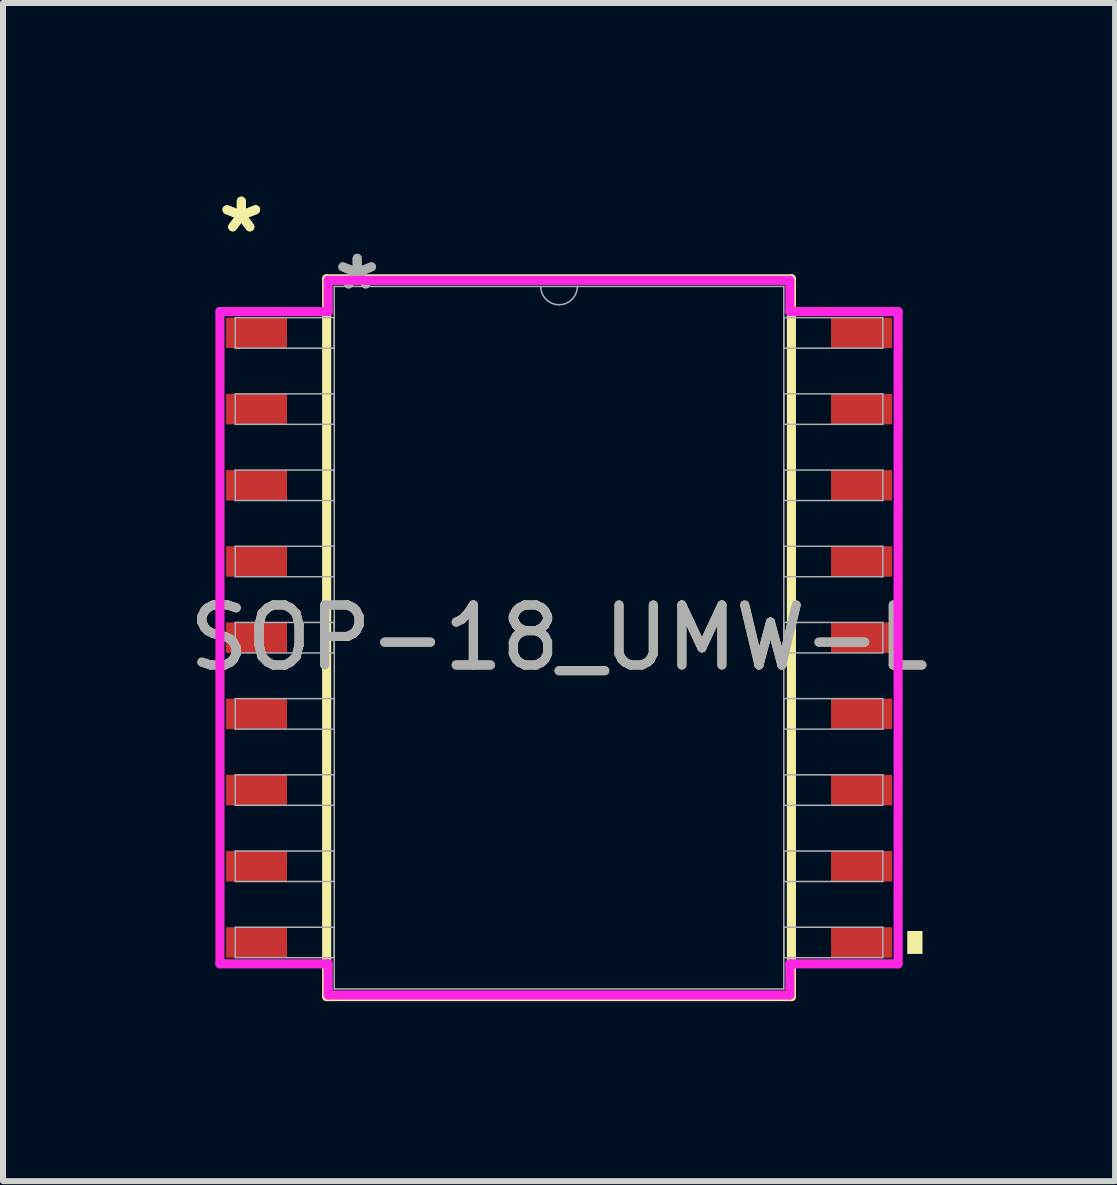
<source format=kicad_pcb>
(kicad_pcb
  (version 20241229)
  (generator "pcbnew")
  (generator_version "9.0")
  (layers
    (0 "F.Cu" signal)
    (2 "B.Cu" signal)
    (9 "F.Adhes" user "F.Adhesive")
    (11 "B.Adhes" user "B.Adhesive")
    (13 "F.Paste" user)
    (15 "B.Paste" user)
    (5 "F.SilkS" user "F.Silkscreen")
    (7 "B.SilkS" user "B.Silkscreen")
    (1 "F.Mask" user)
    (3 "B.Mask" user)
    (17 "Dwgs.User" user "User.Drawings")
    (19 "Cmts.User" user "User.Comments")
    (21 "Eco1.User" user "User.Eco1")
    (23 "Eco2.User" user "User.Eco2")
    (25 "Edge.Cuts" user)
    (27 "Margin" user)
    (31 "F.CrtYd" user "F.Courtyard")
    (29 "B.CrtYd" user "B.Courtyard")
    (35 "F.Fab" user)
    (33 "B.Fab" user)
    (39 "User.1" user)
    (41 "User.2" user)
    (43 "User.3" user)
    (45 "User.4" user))
  (footprint "SOP-18_UMW-L"
    (layer "F.Cu")
    (at 6.268 7.579)
    (property "Reference" "SOP-18_UMW-L" (at 0 0 0) (unlocked yes) (layer "F.SilkS") (effects (font (size 1 1) (thickness 0.15))))
    (attr smd)
    (fp_line (start -3.873 -5.982) (end -3.873 5.982) (stroke (width 0.152) (type solid)) (layer "F.SilkS"))
    (fp_line (start -3.873 5.982) (end 3.873 5.982) (stroke (width 0.152) (type solid)) (layer "F.SilkS"))
    (fp_line (start 3.873 -5.982) (end -3.873 -5.982) (stroke (width 0.152) (type solid)) (layer "F.SilkS"))
    (fp_line (start 3.873 5.982) (end 3.873 -5.982) (stroke (width 0.152) (type solid)) (layer "F.SilkS"))
    (fp_poly (pts (xy 6.058 4.889) (xy 6.058 5.271) (xy 5.804 5.271) (xy 5.804 4.889)) (stroke (width 0) (type solid)) (fill yes) (layer "F.SilkS"))
    (fp_line (start -5.652 -5.436) (end -3.848 -5.436) (stroke (width 0.152) (type solid)) (layer "F.CrtYd"))
    (fp_line (start -5.652 5.436) (end -5.652 -5.436) (stroke (width 0.152) (type solid)) (layer "F.CrtYd"))
    (fp_line (start -5.652 5.436) (end -3.848 5.436) (stroke (width 0.152) (type solid)) (layer "F.CrtYd"))
    (fp_line (start -3.848 -5.956) (end 3.848 -5.956) (stroke (width 0.152) (type solid)) (layer "F.CrtYd"))
    (fp_line (start -3.848 -5.436) (end -3.848 -5.956) (stroke (width 0.152) (type solid)) (layer "F.CrtYd"))
    (fp_line (start -3.848 5.956) (end -3.848 5.436) (stroke (width 0.152) (type solid)) (layer "F.CrtYd"))
    (fp_line (start 3.848 -5.956) (end 3.848 -5.436) (stroke (width 0.152) (type solid)) (layer "F.CrtYd"))
    (fp_line (start 3.848 5.436) (end 3.848 5.956) (stroke (width 0.152) (type solid)) (layer "F.CrtYd"))
    (fp_line (start 3.848 5.956) (end -3.848 5.956) (stroke (width 0.152) (type solid)) (layer "F.CrtYd"))
    (fp_line (start 5.652 -5.436) (end 3.848 -5.436) (stroke (width 0.152) (type solid)) (layer "F.CrtYd"))
    (fp_line (start 5.652 -5.436) (end 5.652 5.436) (stroke (width 0.152) (type solid)) (layer "F.CrtYd"))
    (fp_line (start 5.652 5.436) (end 3.848 5.436) (stroke (width 0.152) (type solid)) (layer "F.CrtYd"))
    (fp_line (start -5.397 -5.334) (end -5.397 -4.826) (stroke (width 0.025) (type solid)) (layer "F.Fab"))
    (fp_line (start -5.397 -4.826) (end -3.747 -4.826) (stroke (width 0.025) (type solid)) (layer "F.Fab"))
    (fp_line (start -5.397 -4.064) (end -5.397 -3.556) (stroke (width 0.025) (type solid)) (layer "F.Fab"))
    (fp_line (start -5.397 -3.556) (end -3.747 -3.556) (stroke (width 0.025) (type solid)) (layer "F.Fab"))
    (fp_line (start -5.397 -2.794) (end -5.397 -2.286) (stroke (width 0.025) (type solid)) (layer "F.Fab"))
    (fp_line (start -5.397 -2.286) (end -3.747 -2.286) (stroke (width 0.025) (type solid)) (layer "F.Fab"))
    (fp_line (start -5.397 -1.524) (end -5.397 -1.016) (stroke (width 0.025) (type solid)) (layer "F.Fab"))
    (fp_line (start -5.397 -1.016) (end -3.747 -1.016) (stroke (width 0.025) (type solid)) (layer "F.Fab"))
    (fp_line (start -5.397 -0.254) (end -5.397 0.254) (stroke (width 0.025) (type solid)) (layer "F.Fab"))
    (fp_line (start -5.397 0.254) (end -3.747 0.254) (stroke (width 0.025) (type solid)) (layer "F.Fab"))
    (fp_line (start -5.397 1.016) (end -5.397 1.524) (stroke (width 0.025) (type solid)) (layer "F.Fab"))
    (fp_line (start -5.397 1.524) (end -3.747 1.524) (stroke (width 0.025) (type solid)) (layer "F.Fab"))
    (fp_line (start -5.397 2.286) (end -5.397 2.794) (stroke (width 0.025) (type solid)) (layer "F.Fab"))
    (fp_line (start -5.397 2.794) (end -3.747 2.794) (stroke (width 0.025) (type solid)) (layer "F.Fab"))
    (fp_line (start -5.397 3.556) (end -5.397 4.064) (stroke (width 0.025) (type solid)) (layer "F.Fab"))
    (fp_line (start -5.397 4.064) (end -3.747 4.064) (stroke (width 0.025) (type solid)) (layer "F.Fab"))
    (fp_line (start -5.397 4.826) (end -5.397 5.334) (stroke (width 0.025) (type solid)) (layer "F.Fab"))
    (fp_line (start -5.397 5.334) (end -3.747 5.334) (stroke (width 0.025) (type solid)) (layer "F.Fab"))
    (fp_line (start -3.747 -5.855) (end -3.747 5.855) (stroke (width 0.025) (type solid)) (layer "F.Fab"))
    (fp_line (start -3.747 -5.334) (end -5.397 -5.334) (stroke (width 0.025) (type solid)) (layer "F.Fab"))
    (fp_line (start -3.747 -4.826) (end -3.747 -5.334) (stroke (width 0.025) (type solid)) (layer "F.Fab"))
    (fp_line (start -3.747 -4.064) (end -5.397 -4.064) (stroke (width 0.025) (type solid)) (layer "F.Fab"))
    (fp_line (start -3.747 -3.556) (end -3.747 -4.064) (stroke (width 0.025) (type solid)) (layer "F.Fab"))
    (fp_line (start -3.747 -2.794) (end -5.397 -2.794) (stroke (width 0.025) (type solid)) (layer "F.Fab"))
    (fp_line (start -3.747 -2.286) (end -3.747 -2.794) (stroke (width 0.025) (type solid)) (layer "F.Fab"))
    (fp_line (start -3.747 -1.524) (end -5.397 -1.524) (stroke (width 0.025) (type solid)) (layer "F.Fab"))
    (fp_line (start -3.747 -1.016) (end -3.747 -1.524) (stroke (width 0.025) (type solid)) (layer "F.Fab"))
    (fp_line (start -3.747 -0.254) (end -5.397 -0.254) (stroke (width 0.025) (type solid)) (layer "F.Fab"))
    (fp_line (start -3.747 0.254) (end -3.747 -0.254) (stroke (width 0.025) (type solid)) (layer "F.Fab"))
    (fp_line (start -3.747 1.016) (end -5.397 1.016) (stroke (width 0.025) (type solid)) (layer "F.Fab"))
    (fp_line (start -3.747 1.524) (end -3.747 1.016) (stroke (width 0.025) (type solid)) (layer "F.Fab"))
    (fp_line (start -3.747 2.286) (end -5.397 2.286) (stroke (width 0.025) (type solid)) (layer "F.Fab"))
    (fp_line (start -3.747 2.794) (end -3.747 2.286) (stroke (width 0.025) (type solid)) (layer "F.Fab"))
    (fp_line (start -3.747 3.556) (end -5.397 3.556) (stroke (width 0.025) (type solid)) (layer "F.Fab"))
    (fp_line (start -3.747 4.064) (end -3.747 3.556) (stroke (width 0.025) (type solid)) (layer "F.Fab"))
    (fp_line (start -3.747 4.826) (end -5.397 4.826) (stroke (width 0.025) (type solid)) (layer "F.Fab"))
    (fp_line (start -3.747 5.334) (end -3.747 4.826) (stroke (width 0.025) (type solid)) (layer "F.Fab"))
    (fp_line (start -3.747 5.855) (end 3.747 5.855) (stroke (width 0.025) (type solid)) (layer "F.Fab"))
    (fp_line (start 3.747 -5.855) (end -3.747 -5.855) (stroke (width 0.025) (type solid)) (layer "F.Fab"))
    (fp_line (start 3.747 -5.334) (end 3.747 -4.826) (stroke (width 0.025) (type solid)) (layer "F.Fab"))
    (fp_line (start 3.747 -4.826) (end 5.397 -4.826) (stroke (width 0.025) (type solid)) (layer "F.Fab"))
    (fp_line (start 3.747 -4.064) (end 3.747 -3.556) (stroke (width 0.025) (type solid)) (layer "F.Fab"))
    (fp_line (start 3.747 -3.556) (end 5.397 -3.556) (stroke (width 0.025) (type solid)) (layer "F.Fab"))
    (fp_line (start 3.747 -2.794) (end 3.747 -2.286) (stroke (width 0.025) (type solid)) (layer "F.Fab"))
    (fp_line (start 3.747 -2.286) (end 5.397 -2.286) (stroke (width 0.025) (type solid)) (layer "F.Fab"))
    (fp_line (start 3.747 -1.524) (end 3.747 -1.016) (stroke (width 0.025) (type solid)) (layer "F.Fab"))
    (fp_line (start 3.747 -1.016) (end 5.397 -1.016) (stroke (width 0.025) (type solid)) (layer "F.Fab"))
    (fp_line (start 3.747 -0.254) (end 3.747 0.254) (stroke (width 0.025) (type solid)) (layer "F.Fab"))
    (fp_line (start 3.747 0.254) (end 5.397 0.254) (stroke (width 0.025) (type solid)) (layer "F.Fab"))
    (fp_line (start 3.747 1.016) (end 3.747 1.524) (stroke (width 0.025) (type solid)) (layer "F.Fab"))
    (fp_line (start 3.747 1.524) (end 5.397 1.524) (stroke (width 0.025) (type solid)) (layer "F.Fab"))
    (fp_line (start 3.747 2.286) (end 3.747 2.794) (stroke (width 0.025) (type solid)) (layer "F.Fab"))
    (fp_line (start 3.747 2.794) (end 5.397 2.794) (stroke (width 0.025) (type solid)) (layer "F.Fab"))
    (fp_line (start 3.747 3.556) (end 3.747 4.064) (stroke (width 0.025) (type solid)) (layer "F.Fab"))
    (fp_line (start 3.747 4.064) (end 5.397 4.064) (stroke (width 0.025) (type solid)) (layer "F.Fab"))
    (fp_line (start 3.747 4.826) (end 3.747 5.334) (stroke (width 0.025) (type solid)) (layer "F.Fab"))
    (fp_line (start 3.747 5.334) (end 5.397 5.334) (stroke (width 0.025) (type solid)) (layer "F.Fab"))
    (fp_line (start 3.747 5.855) (end 3.747 -5.855) (stroke (width 0.025) (type solid)) (layer "F.Fab"))
    (fp_line (start 5.397 -5.334) (end 3.747 -5.334) (stroke (width 0.025) (type solid)) (layer "F.Fab"))
    (fp_line (start 5.397 -4.826) (end 5.397 -5.334) (stroke (width 0.025) (type solid)) (layer "F.Fab"))
    (fp_line (start 5.397 -4.064) (end 3.747 -4.064) (stroke (width 0.025) (type solid)) (layer "F.Fab"))
    (fp_line (start 5.397 -3.556) (end 5.397 -4.064) (stroke (width 0.025) (type solid)) (layer "F.Fab"))
    (fp_line (start 5.397 -2.794) (end 3.747 -2.794) (stroke (width 0.025) (type solid)) (layer "F.Fab"))
    (fp_line (start 5.397 -2.286) (end 5.397 -2.794) (stroke (width 0.025) (type solid)) (layer "F.Fab"))
    (fp_line (start 5.397 -1.524) (end 3.747 -1.524) (stroke (width 0.025) (type solid)) (layer "F.Fab"))
    (fp_line (start 5.397 -1.016) (end 5.397 -1.524) (stroke (width 0.025) (type solid)) (layer "F.Fab"))
    (fp_line (start 5.397 -0.254) (end 3.747 -0.254) (stroke (width 0.025) (type solid)) (layer "F.Fab"))
    (fp_line (start 5.397 0.254) (end 5.397 -0.254) (stroke (width 0.025) (type solid)) (layer "F.Fab"))
    (fp_line (start 5.397 1.016) (end 3.747 1.016) (stroke (width 0.025) (type solid)) (layer "F.Fab"))
    (fp_line (start 5.397 1.524) (end 5.397 1.016) (stroke (width 0.025) (type solid)) (layer "F.Fab"))
    (fp_line (start 5.397 2.286) (end 3.747 2.286) (stroke (width 0.025) (type solid)) (layer "F.Fab"))
    (fp_line (start 5.397 2.794) (end 5.397 2.286) (stroke (width 0.025) (type solid)) (layer "F.Fab"))
    (fp_line (start 5.397 3.556) (end 3.747 3.556) (stroke (width 0.025) (type solid)) (layer "F.Fab"))
    (fp_line (start 5.397 4.064) (end 5.397 3.556) (stroke (width 0.025) (type solid)) (layer "F.Fab"))
    (fp_line (start 5.397 4.826) (end 3.747 4.826) (stroke (width 0.025) (type solid)) (layer "F.Fab"))
    (fp_line (start 5.397 5.334) (end 5.397 4.826) (stroke (width 0.025) (type solid)) (layer "F.Fab"))
    (fp_arc (start 0.3048 -5.8547) (mid 0 -5.5499) (end -0.3048 -5.8547) (stroke (width 0.0254) (type solid)) (layer "F.Fab"))
    (fp_text user "*" (at -5.296 -6.731 0) (layer "F.SilkS") (effects (font (size 1 1) (thickness 0.15))))
    (fp_text user "*" (at -5.296 -6.731 0) (unlocked yes) (layer "F.SilkS") (effects (font (size 1 1) (thickness 0.15))))
    (fp_text user "*" (at -3.365 -5.779 0) (unlocked yes) (layer "F.Fab") (effects (font (size 1 1) (thickness 0.15))))
    (fp_text user "*" (at -3.365 -5.779 0) (layer "F.Fab") (effects (font (size 1 1) (thickness 0.15))))
    (fp_text user "${REFERENCE}" (at 0 0 0) (unlocked yes) (layer "F.Fab") (effects (font (size 1 1) (thickness 0.15))))
    (pad "1" smd rect (at -5.042 -5.08) (size 1.016 0.508) (layers "F.Cu" "F.Mask" "F.Paste"))
    (pad "2" smd rect (at -5.042 -3.81) (size 1.016 0.508) (layers "F.Cu" "F.Mask" "F.Paste"))
    (pad "3" smd rect (at -5.042 -2.54) (size 1.016 0.508) (layers "F.Cu" "F.Mask" "F.Paste"))
    (pad "4" smd rect (at -5.042 -1.27) (size 1.016 0.508) (layers "F.Cu" "F.Mask" "F.Paste"))
    (pad "5" smd rect (at -5.042 0) (size 1.016 0.508) (layers "F.Cu" "F.Mask" "F.Paste"))
    (pad "6" smd rect (at -5.042 1.27) (size 1.016 0.508) (layers "F.Cu" "F.Mask" "F.Paste"))
    (pad "7" smd rect (at -5.042 2.54) (size 1.016 0.508) (layers "F.Cu" "F.Mask" "F.Paste"))
    (pad "8" smd rect (at -5.042 3.81) (size 1.016 0.508) (layers "F.Cu" "F.Mask" "F.Paste"))
    (pad "9" smd rect (at -5.042 5.08) (size 1.016 0.508) (layers "F.Cu" "F.Mask" "F.Paste"))
    (pad "10" smd rect (at 5.042 5.08) (size 1.016 0.508) (layers "F.Cu" "F.Mask" "F.Paste"))
    (pad "11" smd rect (at 5.042 3.81) (size 1.016 0.508) (layers "F.Cu" "F.Mask" "F.Paste"))
    (pad "12" smd rect (at 5.042 2.54) (size 1.016 0.508) (layers "F.Cu" "F.Mask" "F.Paste"))
    (pad "13" smd rect (at 5.042 1.27) (size 1.016 0.508) (layers "F.Cu" "F.Mask" "F.Paste"))
    (pad "14" smd rect (at 5.042 0) (size 1.016 0.508) (layers "F.Cu" "F.Mask" "F.Paste"))
    (pad "15" smd rect (at 5.042 -1.27) (size 1.016 0.508) (layers "F.Cu" "F.Mask" "F.Paste"))
    (pad "16" smd rect (at 5.042 -2.54) (size 1.016 0.508) (layers "F.Cu" "F.Mask" "F.Paste"))
    (pad "17" smd rect (at 5.042 -3.81) (size 1.016 0.508) (layers "F.Cu" "F.Mask" "F.Paste"))
    (pad "18" smd rect (at 5.042 -5.08) (size 1.016 0.508) (layers "F.Cu" "F.Mask" "F.Paste")))
  (gr_rect
    (start -3 -3)
    (end 15.536 16.637)
    (stroke (width 0.1) (type default))
    (fill no)
    (layer "Edge.Cuts")))
</source>
